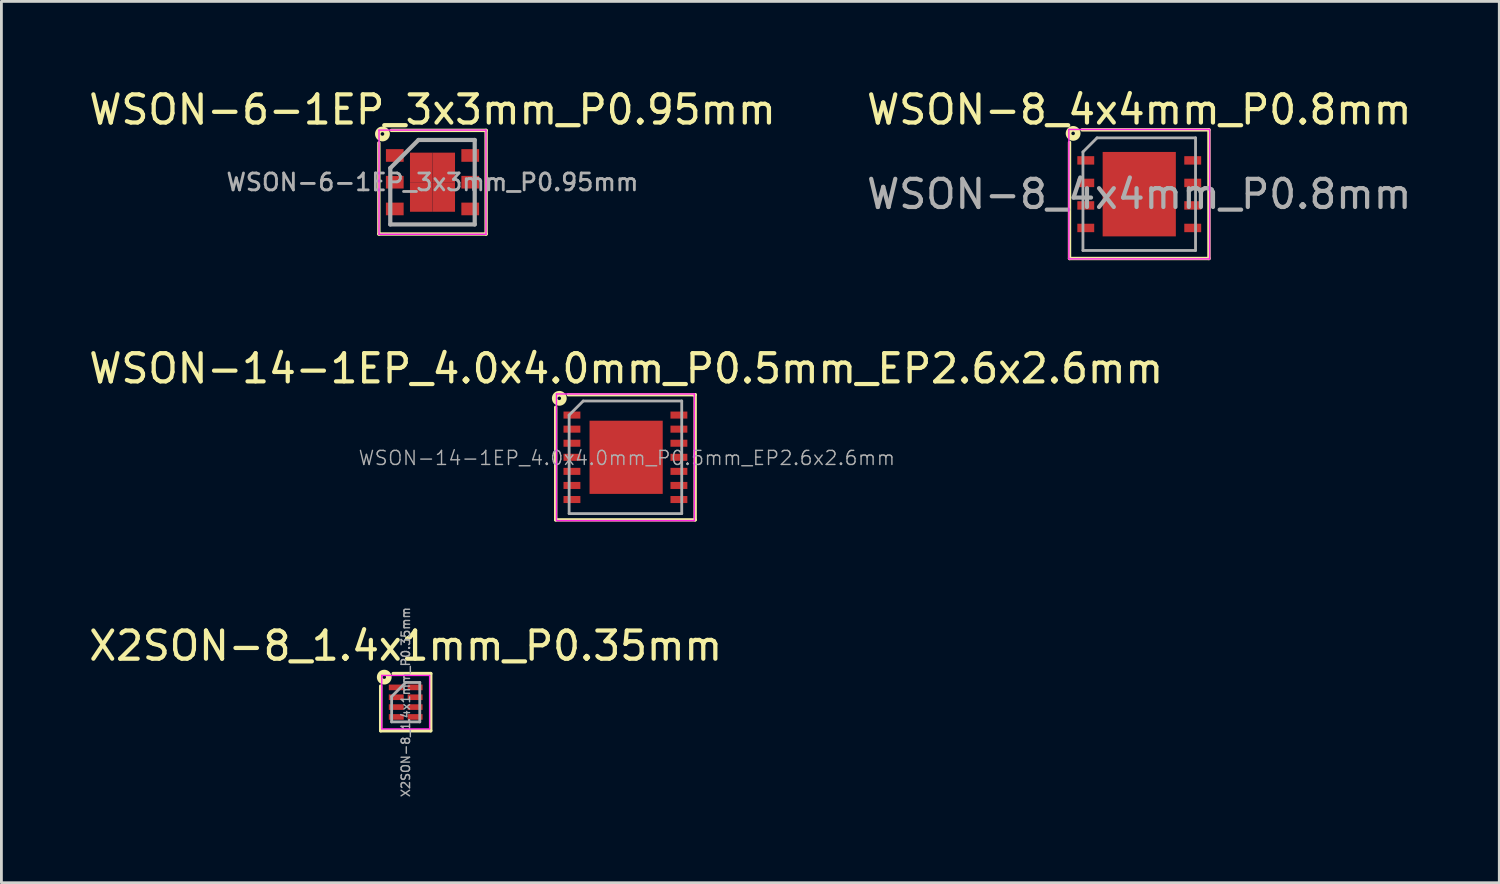
<source format=kicad_pcb>
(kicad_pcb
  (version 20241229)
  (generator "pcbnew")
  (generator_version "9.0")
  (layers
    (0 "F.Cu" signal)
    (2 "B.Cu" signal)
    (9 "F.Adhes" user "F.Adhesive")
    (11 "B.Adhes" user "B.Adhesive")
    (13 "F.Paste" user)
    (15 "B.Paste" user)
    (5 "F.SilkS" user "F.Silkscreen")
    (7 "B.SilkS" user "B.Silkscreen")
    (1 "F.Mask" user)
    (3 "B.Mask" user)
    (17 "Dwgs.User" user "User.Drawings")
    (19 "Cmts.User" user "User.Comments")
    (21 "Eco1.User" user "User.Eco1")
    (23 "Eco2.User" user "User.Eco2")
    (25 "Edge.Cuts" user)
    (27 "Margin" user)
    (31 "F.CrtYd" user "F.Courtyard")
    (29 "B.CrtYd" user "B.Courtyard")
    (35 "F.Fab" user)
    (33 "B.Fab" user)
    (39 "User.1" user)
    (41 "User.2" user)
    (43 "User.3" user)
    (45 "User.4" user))
  (footprint "WSON-14-1EP_4.0x4.0mm_P0.5mm_EP2.6x2.6mm"
    (layer "F.Cu")
    (at 19.169 13.196)
    (property "Reference" "WSON-14-1EP_4.0x4.0mm_P0.5mm_EP2.6x2.6mm" (at 0.027 -3.153 0) (layer "F.SilkS") (effects (font (size 1 1) (thickness 0.15))))
    (attr smd)
    (fp_line (start -2.477 2.223) (end -2.477 -1.778) (stroke (width 0.12) (type solid)) (layer "F.SilkS"))
    (fp_line (start -2.032 -2.223) (end 2.413 -2.223) (stroke (width 0.12) (type solid)) (layer "F.SilkS"))
    (fp_line (start 2.413 -2.223) (end 2.477 -2.223) (stroke (width 0.12) (type solid)) (layer "F.SilkS"))
    (fp_line (start 2.477 -2.223) (end 2.477 2.223) (stroke (width 0.12) (type solid)) (layer "F.SilkS"))
    (fp_line (start 2.477 2.223) (end -2.477 2.223) (stroke (width 0.12) (type solid)) (layer "F.SilkS"))
    (fp_circle (center -2.349 -2.095) (end -2.286 -2.095) (stroke (width 0.2) (type solid)) (fill no) (layer "F.SilkS"))
    (fp_line (start -2.45 -2.25) (end 2.45 -2.25) (stroke (width 0.05) (type solid)) (layer "F.CrtYd"))
    (fp_line (start -2.45 2.25) (end -2.45 -2.25) (stroke (width 0.05) (type solid)) (layer "F.CrtYd"))
    (fp_line (start 2.45 -2.25) (end 2.45 2.25) (stroke (width 0.05) (type solid)) (layer "F.CrtYd"))
    (fp_line (start 2.45 2.25) (end -2.44 2.25) (stroke (width 0.05) (type solid)) (layer "F.CrtYd"))
    (fp_line (start -2 -1.5) (end -2 2) (stroke (width 0.1) (type solid)) (layer "F.Fab"))
    (fp_line (start -2 -1.5) (end -1.5 -2) (stroke (width 0.1) (type solid)) (layer "F.Fab"))
    (fp_line (start -2 2) (end 2 2) (stroke (width 0.1) (type solid)) (layer "F.Fab"))
    (fp_line (start 2 -2) (end -1.5 -2) (stroke (width 0.1) (type solid)) (layer "F.Fab"))
    (fp_line (start 2 2) (end 2 -2) (stroke (width 0.1) (type solid)) (layer "F.Fab"))
    (fp_text user "${REFERENCE}" (at 0.05 0.025 0) (layer "F.Fab") (effects (font (size 0.5 0.5) (thickness 0.05))))
    (pad "" smd rect (at -0.65 -0.65 270) (size 1.05 1.05) (layers "F.Paste"))
    (pad "" smd rect (at -0.65 0.65 270) (size 1.05 1.05) (layers "F.Paste"))
    (pad "" smd rect (at 0.65 -0.65 270) (size 1.05 1.05) (layers "F.Paste"))
    (pad "" smd rect (at 0.65 0.65 270) (size 1.05 1.05) (layers "F.Paste"))
    (pad "1" smd rect (at -1.9 -1.5 270) (size 0.25 0.6) (layers "F.Cu" "F.Mask" "F.Paste"))
    (pad "2" smd rect (at -1.9 -1 270) (size 0.25 0.6) (layers "F.Cu" "F.Mask" "F.Paste"))
    (pad "3" smd rect (at -1.9 -0.5 270) (size 0.25 0.6) (layers "F.Cu" "F.Mask" "F.Paste"))
    (pad "4" smd rect (at -1.9 0 270) (size 0.25 0.6) (layers "F.Cu" "F.Mask" "F.Paste"))
    (pad "5" smd rect (at -1.9 0.5 270) (size 0.25 0.6) (layers "F.Cu" "F.Mask" "F.Paste"))
    (pad "6" smd rect (at -1.9 1 270) (size 0.25 0.6) (layers "F.Cu" "F.Mask" "F.Paste"))
    (pad "7" smd rect (at -1.9 1.5 270) (size 0.25 0.6) (layers "F.Cu" "F.Mask" "F.Paste"))
    (pad "8" smd rect (at 1.9 1.5 270) (size 0.25 0.6) (layers "F.Cu" "F.Mask" "F.Paste"))
    (pad "9" smd rect (at 1.9 1 270) (size 0.25 0.6) (layers "F.Cu" "F.Mask" "F.Paste"))
    (pad "10" smd rect (at 1.9 0.5 270) (size 0.25 0.6) (layers "F.Cu" "F.Mask" "F.Paste"))
    (pad "11" smd rect (at 1.9 0 270) (size 0.25 0.6) (layers "F.Cu" "F.Mask" "F.Paste"))
    (pad "12" smd rect (at 1.9 -0.5 270) (size 0.25 0.6) (layers "F.Cu" "F.Mask" "F.Paste"))
    (pad "13" smd rect (at 1.9 -1 270) (size 0.25 0.6) (layers "F.Cu" "F.Mask" "F.Paste"))
    (pad "14" smd rect (at 1.9 -1.5 270) (size 0.25 0.6) (layers "F.Cu" "F.Mask" "F.Paste"))
    (pad "15" smd rect (at 0.025 0 270) (size 2.6 2.6) (layers "F.Cu" "F.Mask")))
  (footprint "X2SON-8_1.4x1mm_P0.35mm"
    (layer "F.Cu")
    (at 11.363 21.895)
    (property "Reference" "X2SON-8_1.4x1mm_P0.35mm" (at 0 -2 0) (layer "F.SilkS") (effects (font (size 1 1) (thickness 0.15))))
    (attr smd)
    (fp_line (start -0.889 1.016) (end -0.889 -0.572) (stroke (width 0.12) (type solid)) (layer "F.SilkS"))
    (fp_line (start -0.445 -1.016) (end 0.889 -1.016) (stroke (width 0.12) (type solid)) (layer "F.SilkS"))
    (fp_line (start 0.889 -1.016) (end 0.889 1.016) (stroke (width 0.12) (type solid)) (layer "F.SilkS"))
    (fp_line (start 0.889 1.016) (end -0.889 1.016) (stroke (width 0.12) (type solid)) (layer "F.SilkS"))
    (fp_circle (center -0.762 -0.889) (end -0.699 -0.889) (stroke (width 0.2) (type solid)) (fill no) (layer "F.SilkS"))
    (fp_line (start -0.85 -0.95) (end 0.85 -0.95) (stroke (width 0.05) (type solid)) (layer "F.CrtYd"))
    (fp_line (start -0.85 0.95) (end -0.85 -0.95) (stroke (width 0.05) (type solid)) (layer "F.CrtYd"))
    (fp_line (start 0.85 -0.95) (end 0.85 0.95) (stroke (width 0.05) (type solid)) (layer "F.CrtYd"))
    (fp_line (start 0.85 0.95) (end -0.85 0.95) (stroke (width 0.05) (type solid)) (layer "F.CrtYd"))
    (fp_line (start -0.5 0.7) (end -0.5 -0.2) (stroke (width 0.1) (type solid)) (layer "F.Fab"))
    (fp_line (start 0 -0.7) (end -0.5 -0.2) (stroke (width 0.1) (type solid)) (layer "F.Fab"))
    (fp_line (start 0 -0.7) (end 0.5 -0.7) (stroke (width 0.1) (type solid)) (layer "F.Fab"))
    (fp_line (start 0.5 -0.7) (end 0.5 0.7) (stroke (width 0.1) (type solid)) (layer "F.Fab"))
    (fp_line (start 0.5 0.7) (end -0.5 0.7) (stroke (width 0.1) (type solid)) (layer "F.Fab"))
    (fp_text user "${REFERENCE}" (at 0 0 90) (layer "F.Fab") (effects (font (size 0.3 0.3) (thickness 0.05))))
    (pad "1" smd rect (at -0.335 -0.525 270) (size 0.2 0.53) (layers "F.Cu" "F.Mask" "F.Paste"))
    (pad "2" smd rect (at -0.335 -0.175 270) (size 0.2 0.53) (layers "F.Cu" "F.Mask" "F.Paste"))
    (pad "3" smd rect (at -0.335 0.175 270) (size 0.2 0.53) (layers "F.Cu" "F.Mask" "F.Paste"))
    (pad "4" smd rect (at -0.335 0.525 270) (size 0.2 0.53) (layers "F.Cu" "F.Mask" "F.Paste"))
    (pad "5" smd rect (at 0.335 0.525 270) (size 0.2 0.53) (layers "F.Cu" "F.Mask" "F.Paste"))
    (pad "6" smd rect (at 0.335 0.175 270) (size 0.2 0.53) (layers "F.Cu" "F.Mask" "F.Paste"))
    (pad "7" smd rect (at 0.335 -0.175 270) (size 0.2 0.53) (layers "F.Cu" "F.Mask" "F.Paste"))
    (pad "8" smd rect (at 0.335 -0.525 270) (size 0.2 0.53) (layers "F.Cu" "F.Mask" "F.Paste")))
  (footprint "WSON-8_4x4mm_P0.8mm"
    (layer "F.Cu")
    (at 37.423 3.848)
    (property "Reference" "WSON-8_4x4mm_P0.8mm" (at 0 -3 0) (layer "F.SilkS") (effects (font (size 1 1) (thickness 0.15))))
    (attr smd)
    (fp_line (start -2.477 2.286) (end -2.477 -1.841) (stroke (width 0.12) (type solid)) (layer "F.SilkS"))
    (fp_line (start -2.032 -2.286) (end 2.477 -2.286) (stroke (width 0.12) (type solid)) (layer "F.SilkS"))
    (fp_line (start 2.477 -2.286) (end 2.477 2.286) (stroke (width 0.12) (type solid)) (layer "F.SilkS"))
    (fp_line (start 2.477 2.286) (end -2.477 2.286) (stroke (width 0.12) (type solid)) (layer "F.SilkS"))
    (fp_circle (center -2.349 -2.159) (end -2.286 -2.159) (stroke (width 0.2) (type solid)) (fill no) (layer "F.SilkS"))
    (fp_line (start -2.5 2.3) (end -2.5 -2.3) (stroke (width 0.05) (type solid)) (layer "F.CrtYd"))
    (fp_line (start -2.5 2.3) (end 2.5 2.3) (stroke (width 0.05) (type solid)) (layer "F.CrtYd"))
    (fp_line (start 2.5 -2.3) (end -2.5 -2.3) (stroke (width 0.05) (type solid)) (layer "F.CrtYd"))
    (fp_line (start 2.5 -2.3) (end 2.5 2.3) (stroke (width 0.05) (type solid)) (layer "F.CrtYd"))
    (fp_line (start -2 -1.5) (end -2 2) (stroke (width 0.1) (type solid)) (layer "F.Fab"))
    (fp_line (start -2 2) (end 2 2) (stroke (width 0.1) (type solid)) (layer "F.Fab"))
    (fp_line (start -1.5 -2) (end -2 -1.5) (stroke (width 0.1) (type solid)) (layer "F.Fab"))
    (fp_line (start -1.5 -2) (end 2 -2) (stroke (width 0.1) (type solid)) (layer "F.Fab"))
    (fp_line (start 2 -2) (end 2 2) (stroke (width 0.1) (type solid)) (layer "F.Fab"))
    (fp_text user "${REFERENCE}" (at 0 0 0) (layer "F.Fab") (effects (font (size 1 1) (thickness 0.15))))
    (pad "1" smd rect (at -1.9 -1.2 270) (size 0.3 0.6) (layers "F.Cu" "F.Mask" "F.Paste"))
    (pad "2" smd rect (at -1.9 -0.4 270) (size 0.3 0.6) (layers "F.Cu" "F.Mask" "F.Paste"))
    (pad "3" smd rect (at -1.9 0.4 270) (size 0.3 0.6) (layers "F.Cu" "F.Mask" "F.Paste"))
    (pad "4" smd rect (at -1.9 1.2 270) (size 0.3 0.6) (layers "F.Cu" "F.Mask" "F.Paste"))
    (pad "5" smd rect (at 1.9 1.2 270) (size 0.3 0.6) (layers "F.Cu" "F.Mask" "F.Paste"))
    (pad "6" smd rect (at 1.9 0.4 270) (size 0.3 0.6) (layers "F.Cu" "F.Mask" "F.Paste"))
    (pad "7" smd rect (at 1.9 -0.4 270) (size 0.3 0.6) (layers "F.Cu" "F.Mask" "F.Paste"))
    (pad "8" smd rect (at 1.9 -1.2 270) (size 0.3 0.6) (layers "F.Cu" "F.Mask" "F.Paste"))
    (pad "9" smd rect (at 0 0) (size 2.6 3) (layers "F.Cu" "F.Mask" "F.Paste")))
  (footprint "WSON-6-1EP_3x3mm_P0.95mm"
    (layer "F.Cu")
    (at 12.315 3.423)
    (property "Reference" "WSON-6-1EP_3x3mm_P0.95mm" (at 0 -2.575 0) (layer "F.SilkS") (effects (font (size 1 1) (thickness 0.15))))
    (attr smd)
    (fp_line (start -1.905 1.841) (end -1.905 -1.397) (stroke (width 0.12) (type solid)) (layer "F.SilkS"))
    (fp_line (start -1.46 -1.841) (end 1.905 -1.841) (stroke (width 0.12) (type solid)) (layer "F.SilkS"))
    (fp_line (start 1.905 -1.841) (end 1.905 1.841) (stroke (width 0.12) (type solid)) (layer "F.SilkS"))
    (fp_line (start 1.905 1.841) (end -1.905 1.841) (stroke (width 0.12) (type solid)) (layer "F.SilkS"))
    (fp_circle (center -1.778 -1.714) (end -1.714 -1.714) (stroke (width 0.2) (type solid)) (fill no) (layer "F.SilkS"))
    (fp_line (start -1.9 -1.85) (end -1.9 1.85) (stroke (width 0.05) (type solid)) (layer "F.CrtYd"))
    (fp_line (start -1.9 -1.85) (end 1.9 -1.85) (stroke (width 0.05) (type solid)) (layer "F.CrtYd"))
    (fp_line (start -1.9 1.85) (end 1.9 1.85) (stroke (width 0.05) (type solid)) (layer "F.CrtYd"))
    (fp_line (start 1.9 -1.85) (end 1.9 1.85) (stroke (width 0.05) (type solid)) (layer "F.CrtYd"))
    (fp_line (start -1.5 -0.5) (end -0.5 -1.5) (stroke (width 0.15) (type solid)) (layer "F.Fab"))
    (fp_line (start -1.5 1.5) (end -1.5 -0.5) (stroke (width 0.15) (type solid)) (layer "F.Fab"))
    (fp_line (start -0.5 -1.5) (end 1.5 -1.5) (stroke (width 0.15) (type solid)) (layer "F.Fab"))
    (fp_line (start 1.5 -1.5) (end 1.5 1.5) (stroke (width 0.15) (type solid)) (layer "F.Fab"))
    (fp_line (start 1.5 1.5) (end -1.5 1.5) (stroke (width 0.15) (type solid)) (layer "F.Fab"))
    (fp_text user "${REFERENCE}" (at 0 0 0) (layer "F.Fab") (effects (font (size 0.6 0.6) (thickness 0.1))))
    (pad "1" smd rect (at -1.34 -0.95) (size 0.63 0.45) (layers "F.Cu" "F.Mask" "F.Paste"))
    (pad "2" smd rect (at -1.34 0) (size 0.63 0.45) (layers "F.Cu" "F.Mask" "F.Paste"))
    (pad "3" smd rect (at -1.34 0.95) (size 0.63 0.45) (layers "F.Cu" "F.Mask" "F.Paste"))
    (pad "4" smd rect (at 1.34 0.95) (size 0.63 0.45) (layers "F.Cu" "F.Mask" "F.Paste"))
    (pad "5" smd rect (at 1.34 0) (size 0.63 0.45) (layers "F.Cu" "F.Mask" "F.Paste"))
    (pad "6" smd rect (at 1.34 -0.95) (size 0.63 0.45) (layers "F.Cu" "F.Mask" "F.Paste"))
    (pad "7" smd rect (at -0.4 -0.525) (size 0.8 1.05) (layers "F.Cu" "F.Mask" "F.Paste"))
    (pad "7" smd rect (at -0.4 0.525) (size 0.8 1.05) (layers "F.Cu" "F.Mask" "F.Paste"))
    (pad "7" smd rect (at 0.4 -0.525) (size 0.8 1.05) (layers "F.Cu" "F.Mask" "F.Paste"))
    (pad "7" smd rect (at 0.4 0.525) (size 0.8 1.05) (layers "F.Cu" "F.Mask" "F.Paste")))
  (gr_rect
    (start -3 -3)
    (end 50.214 28.311)
    (stroke (width 0.1) (type default))
    (fill no)
    (layer "Edge.Cuts")))
</source>
